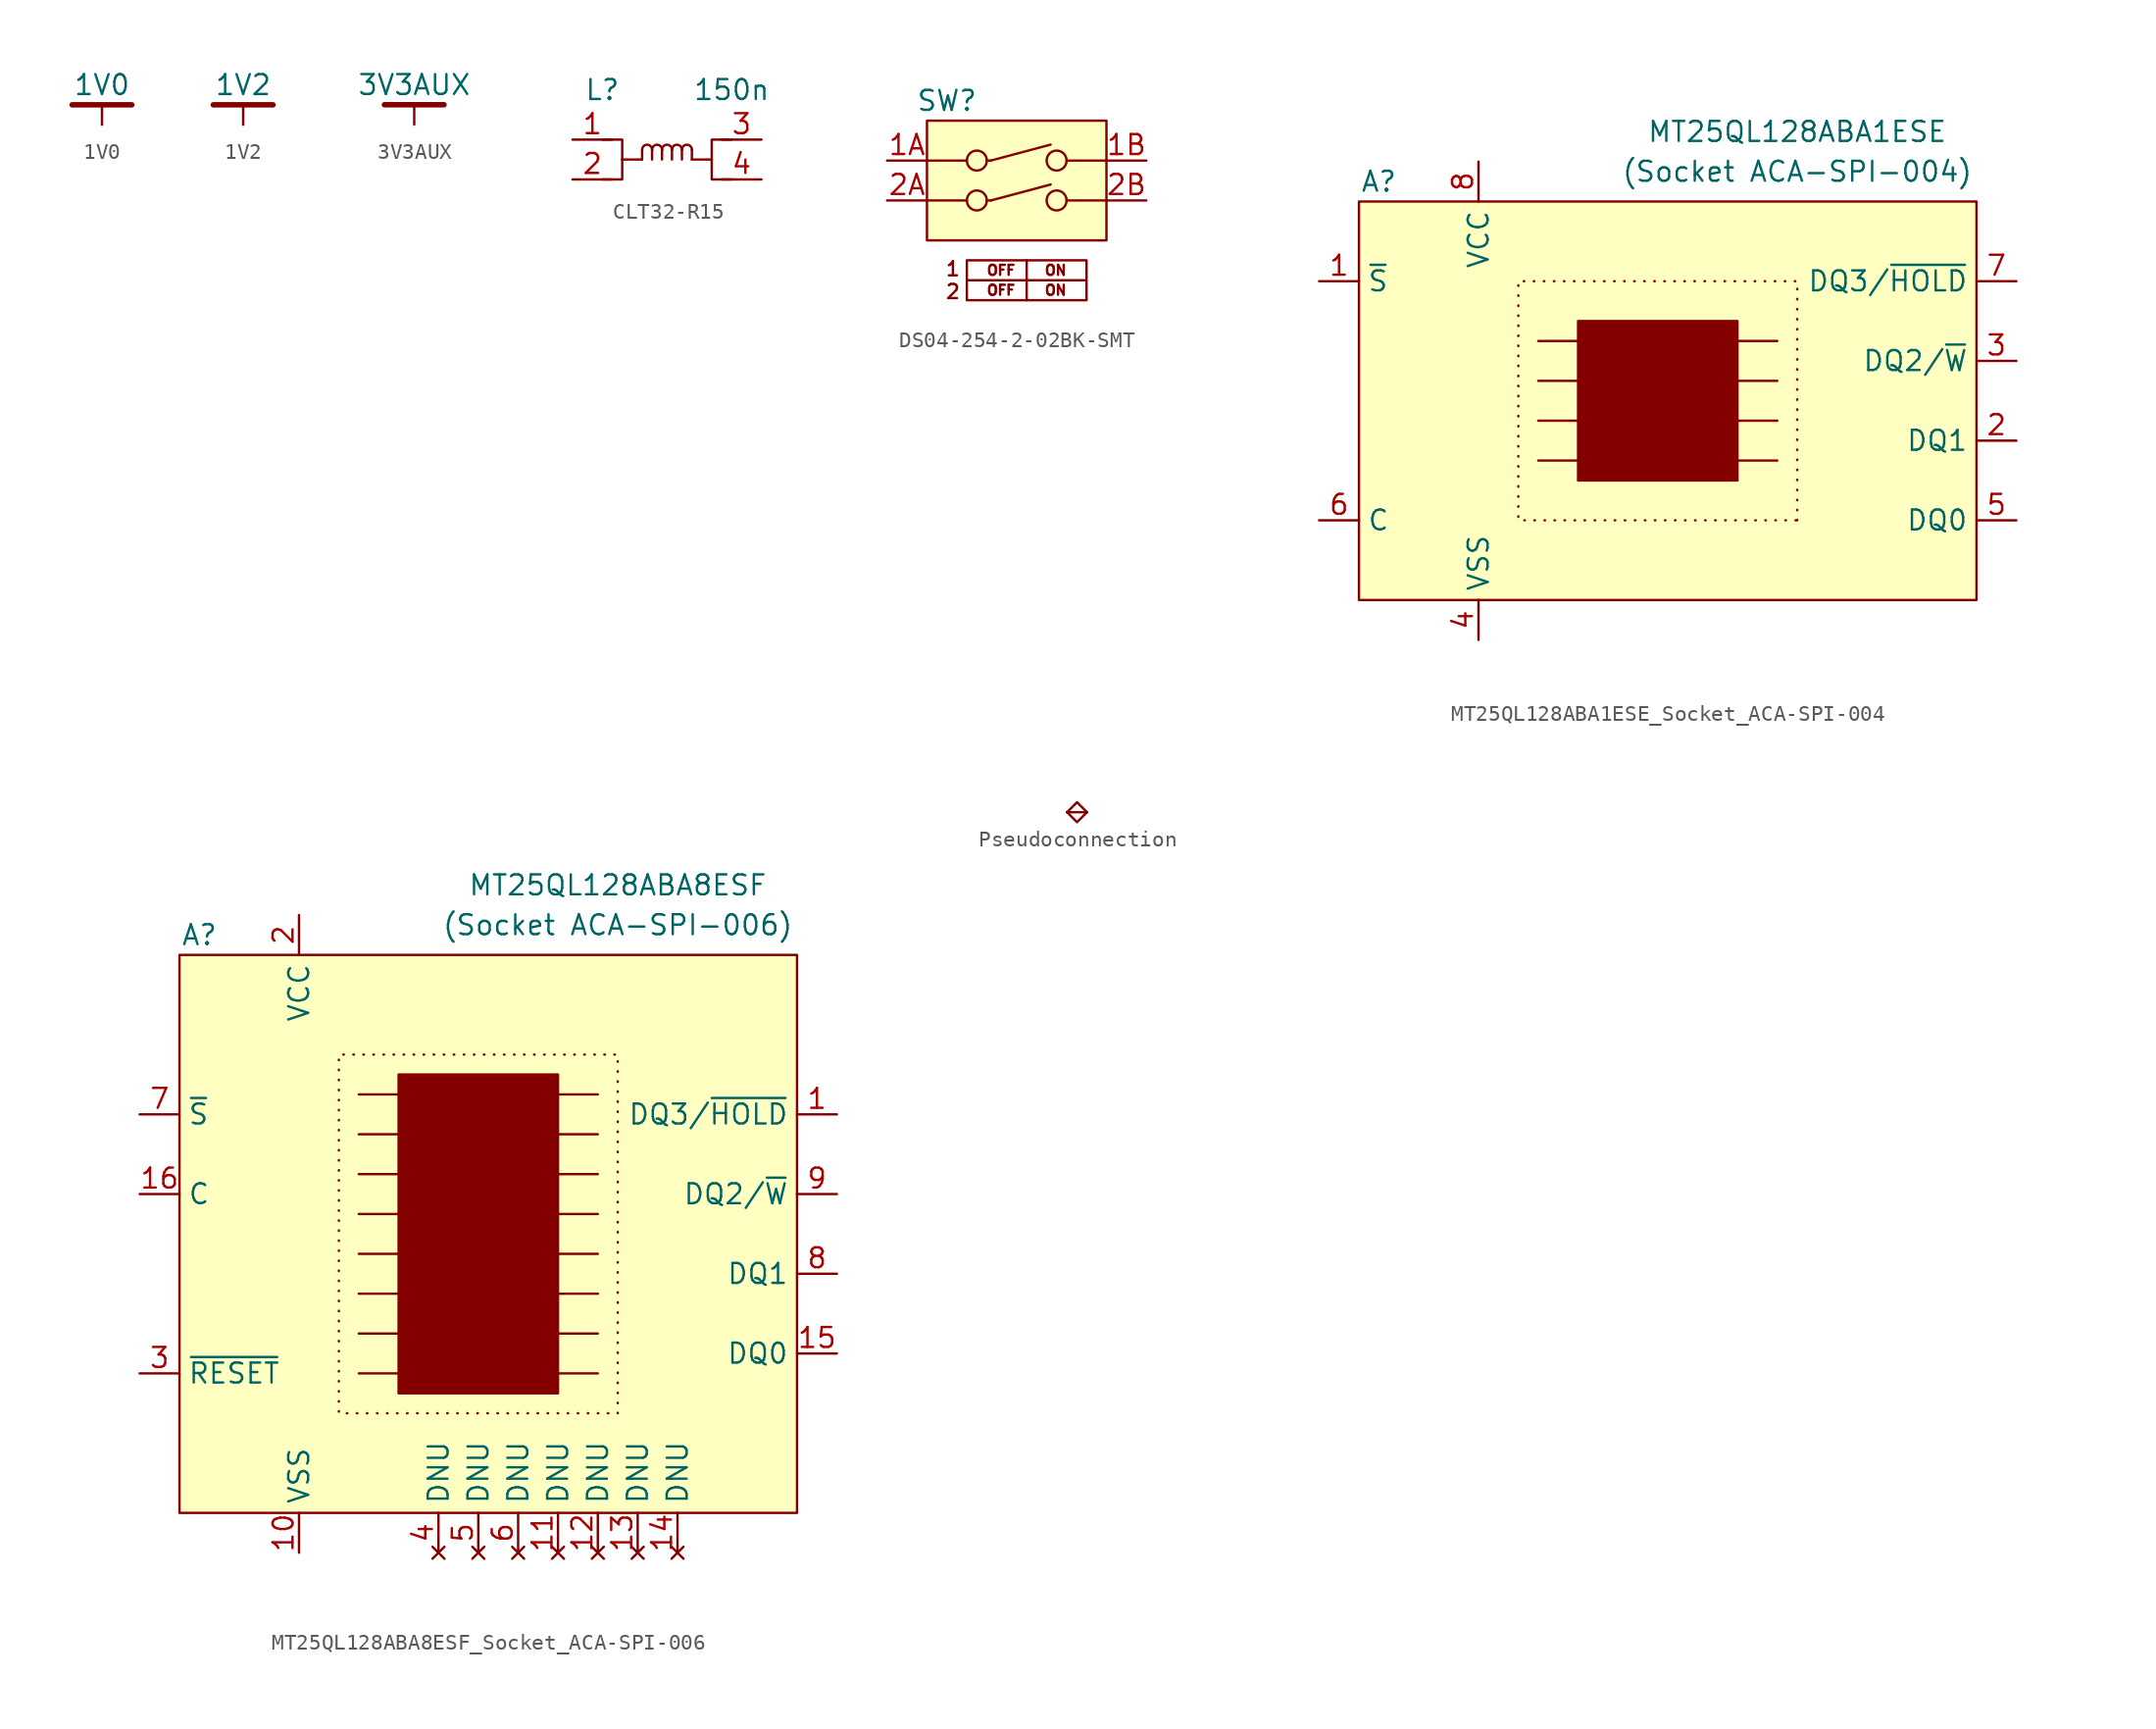
<source format=kicad_sym>
(kicad_symbol_lib
  (version 20220914)
  (generator kicad_symbol_editor)
  (symbol "1V0"
    (power)
    (pin_numbers hide)
    (pin_names
      (offset 0) hide)
    (property "Reference" "#PWR"
      (at 0 3.81 0)
      (effects (font (size 1.27 1.27)) hide))
    (property "Value" "1V0"
      (at 0 1.27 0)
      (effects (font (size 1.27 1.27))))
    (symbol "1V0_0_1"
      (polyline (pts (xy 0 0) (xy 0 -1.27)) (stroke (width 0) (type default)) (fill (type none))))
    (symbol "1V0_1_1"
      (polyline (pts (xy -1.905 0) (xy 1.905 0)) (stroke (width 0.35) (type default)) (fill (type none)))
      (pin power_in line (at 0 -1.27 90) (length 1.27) hide (name "1V0" (effects (font (size 1.27 1.27)))) (number "1" (effects (font (size 1.27 1.27)))))))
  (symbol "1V2"
    (power)
    (pin_numbers hide)
    (pin_names
      (offset 0) hide)
    (property "Reference" "#PWR"
      (at 0 3.81 0)
      (effects (font (size 1.27 1.27)) hide))
    (property "Value" "1V2"
      (at 0 1.27 0)
      (effects (font (size 1.27 1.27))))
    (symbol "1V2_0_1"
      (polyline (pts (xy 0 0) (xy 0 -1.27)) (stroke (width 0) (type default)) (fill (type none))))
    (symbol "1V2_1_1"
      (polyline (pts (xy -1.905 0) (xy 1.905 0)) (stroke (width 0.35) (type default)) (fill (type none)))
      (pin power_in line (at 0 -1.27 90) (length 1.27) hide (name "1V2" (effects (font (size 1.27 1.27)))) (number "1" (effects (font (size 1.27 1.27)))))))
  (symbol "3V3AUX"
    (power)
    (pin_numbers hide)
    (pin_names
      (offset 0) hide)
    (property "Reference" "#PWR"
      (at 0 3.81 0)
      (effects (font (size 1.27 1.27)) hide))
    (property "Value" "3V3AUX"
      (at 0 1.27 0)
      (effects (font (size 1.27 1.27))))
    (symbol "3V3AUX_0_1"
      (polyline (pts (xy 0 0) (xy 0 -1.27)) (stroke (width 0) (type default)) (fill (type none))))
    (symbol "3V3AUX_1_1"
      (polyline (pts (xy -1.905 0) (xy 1.905 0)) (stroke (width 0.35) (type default)) (fill (type none)))
      (pin power_in line (at 0 -1.27 90) (length 1.27) hide (name "3V3AUX" (effects (font (size 1.27 1.27)))) (number "1" (effects (font (size 1.27 1.27)))))))
  (symbol "CLT32-R15"
    (property "Reference" "L"
      (at -0.635 4.445 0)
      (do_not_autoplace)
      (effects (font (size 1.27 1.27))))
    (property "Value" "150n"
      (at 7.62 4.445 0)
      (do_not_autoplace)
      (effects (font (size 1.27 1.27))))
    (property "Comment" ""
      (at 0 1.27 0)
      (effects (font (size 1.27 1.27))))
    (symbol "CLT32-R15_0_1"
      (polyline (pts (xy 1.905 0) (xy 0.635 0)) (stroke (width 0) (type default)) (fill (type none)))
      (polyline (pts (xy 1.905 0.635) (xy 1.905 0)) (stroke (width 0) (type default)) (fill (type none)))
      (polyline (pts (xy 2.54 0.635) (xy 2.54 0)) (stroke (width 0) (type default)) (fill (type none)))
      (polyline (pts (xy 3.175 0.635) (xy 3.175 0)) (stroke (width 0) (type default)) (fill (type none)))
      (polyline (pts (xy 3.81 0.635) (xy 3.81 0)) (stroke (width 0) (type default)) (fill (type none)))
      (polyline (pts (xy 4.445 0.635) (xy 4.445 0)) (stroke (width 0) (type default)) (fill (type none)))
      (polyline (pts (xy 5.08 0) (xy 6.35 0)) (stroke (width 0) (type default)) (fill (type none)))
      (polyline (pts (xy 5.08 0.635) (xy 5.08 0)) (stroke (width 0) (type default)) (fill (type none)))
      (polyline (pts (xy -0.635 -1.27) (xy 0.635 -1.27) (xy 0.635 0)) (stroke (width 0) (type default)) (fill (type none)))
      (polyline (pts (xy 0.635 0) (xy 0.635 1.27) (xy -0.635 1.27)) (stroke (width 0) (type default)) (fill (type none)))
      (polyline (pts (xy 6.35 0) (xy 6.35 -1.27) (xy 7.62 -1.27)) (stroke (width 0) (type default)) (fill (type none)))
      (polyline (pts (xy 7.62 1.27) (xy 6.35 1.27) (xy 6.35 0)) (stroke (width 0) (type default)) (fill (type none)))
      (arc (start 2.54 0.635) (mid 2.2225 0.9446) (end 1.905 0.635) (stroke (width 0) (type default)) (fill (type none)))
      (arc (start 3.175 0.635) (mid 2.8575 0.9446) (end 2.54 0.635) (stroke (width 0) (type default)) (fill (type none)))
      (arc (start 3.81 0.635) (mid 3.4925 0.9446) (end 3.175 0.635) (stroke (width 0) (type default)) (fill (type none)))
      (arc (start 4.445 0.635) (mid 4.1275 0.9446) (end 3.81 0.635) (stroke (width 0) (type default)) (fill (type none)))
      (arc (start 5.08 0.635) (mid 4.7625 0.9446) (end 4.445 0.635) (stroke (width 0) (type default)) (fill (type none))))
    (symbol "CLT32-R15_1_1"
      (pin bidirectional line (at -2.54 1.27 0) (length 2.54) (name "" (effects (font (size 1.27 1.27)))) (number "1" (effects (font (size 1.27 1.27)))))
      (pin bidirectional line (at -2.54 -1.27 0) (length 2.54) (name "" (effects (font (size 1.27 1.27)))) (number "2" (effects (font (size 1.27 1.27)))))
      (pin bidirectional line (at 9.525 1.27 180) (length 2.54) (name "" (effects (font (size 1.27 1.27)))) (number "3" (effects (font (size 1.27 1.27)))))
      (pin bidirectional line (at 9.525 -1.27 180) (length 2.54) (name "" (effects (font (size 1.27 1.27)))) (number "4" (effects (font (size 1.27 1.27)))))))
  (symbol "DS04-254-2-02BK-SMT"
    (property "Reference" "SW"
      (at 1.27 1.27 0)
      (do_not_autoplace)
      (effects (font (size 1.27 1.27))))
    (symbol "DS04-254-2-02BK-SMT_0_1"
      (polyline (pts (xy 0 -5.08) (xy 2.54 -5.08)) (stroke (width 0) (type default)) (fill (type none)))
      (polyline (pts (xy 0 -2.54) (xy 2.54 -2.54)) (stroke (width 0) (type default)) (fill (type none)))
      (polyline (pts (xy 4.064 -5.08) (xy 3.81 -5.08)) (stroke (width 0) (type default)) (fill (type none)))
      (polyline (pts (xy 4.064 -5.08) (xy 7.874 -4.064)) (stroke (width 0) (type default)) (fill (type none)))
      (polyline (pts (xy 4.064 -2.54) (xy 3.81 -2.54)) (stroke (width 0) (type default)) (fill (type none)))
      (polyline (pts (xy 4.064 -2.54) (xy 7.874 -1.524)) (stroke (width 0) (type default)) (fill (type none)))
      (polyline (pts (xy 8.89 -5.08) (xy 11.43 -5.08)) (stroke (width 0) (type default)) (fill (type none)))
      (polyline (pts (xy 8.89 -2.54) (xy 11.43 -2.54)) (stroke (width 0) (type default)) (fill (type none)))
      (circle (center 3.175 -5.08) (radius 0.635) (stroke (width 0) (type default)) (fill (type none)))
      (circle (center 3.175 -2.54) (radius 0.635) (stroke (width 0) (type default)) (fill (type none)))
      (circle (center 8.255 -5.08) (radius 0.635) (stroke (width 0) (type default)) (fill (type none)))
      (circle (center 8.255 -2.54) (radius 0.635) (stroke (width 0) (type default)) (fill (type none))))
    (symbol "DS04-254-2-02BK-SMT_1_1"
      (polyline (pts (xy 6.35 -8.89) (xy 6.35 -11.43)) (stroke (width 0) (type default)) (fill (type none)))
      (polyline (pts (xy 2.54 -8.89) (xy 10.16 -8.89) (xy 10.16 -10.16) (xy 2.54 -10.16) (xy 2.54 -8.89) (xy 2.54 -11.43) (xy 10.16 -11.43) (xy 10.16 -10.16)) (stroke (width 0) (type default)) (fill (type none)))
      (rectangle (start 0 0) (end 11.43 -7.62) (stroke (width 0) (type default)) (fill (type background)))
      (text "1\n2" (at 1.651 -10.16 0) (effects (font (size 0.9 0.9))))
      (text "OFF    ON" (at 6.35 -10.795 0) (effects (font (size 0.635 0.635))))
      (text "OFF    ON" (at 6.35 -9.525 0) (effects (font (size 0.635 0.635))))
      (pin passive line (at -2.54 -2.54 0) (length 2.54) (name "" (effects (font (size 1.27 1.27)))) (number "1A" (effects (font (size 1.27 1.27)))))
      (pin passive line (at 13.97 -2.54 180) (length 2.54) (name "" (effects (font (size 1.27 1.27)))) (number "1B" (effects (font (size 1.27 1.27)))))
      (pin passive line (at -2.54 -5.08 0) (length 2.54) (name "" (effects (font (size 1.27 1.27)))) (number "2A" (effects (font (size 1.27 1.27)))))
      (pin passive line (at 13.97 -5.08 180) (length 2.54) (name "" (effects (font (size 1.27 1.27)))) (number "2B" (effects (font (size 1.27 1.27)))))))
  (symbol "MT25QL128ABA1ESE_Socket_ACA-SPI-004"
    (property "Reference" "A"
      (at -17.78 19.05 0)
      (do_not_autoplace)
      (effects (font (size 1.27 1.27))))
    (property "Value" "MT25QL128ABA1ESE"
      (at 8.89 22.225 0)
      (do_not_autoplace)
      (effects (font (size 1.27 1.27))))
    (symbol "MT25QL128ABA1ESE_Socket_ACA-SPI-004_1_1"
      (rectangle (start -19.05 17.78) (end 20.32 -7.62) (stroke (width 0) (type default)) (fill (type background)))
      (rectangle (start -5.08 10.16) (end 5.08 0) (stroke (width 0) (type default)) (fill (type outline)))
      (polyline (pts (xy -7.62 1.27) (xy -5.08 1.27)) (stroke (width 0) (type default)) (fill (type none)))
      (polyline (pts (xy -7.62 3.81) (xy -5.08 3.81)) (stroke (width 0) (type default)) (fill (type none)))
      (polyline (pts (xy -7.62 6.35) (xy -5.08 6.35)) (stroke (width 0) (type default)) (fill (type none)))
      (polyline (pts (xy -7.62 8.89) (xy -5.08 8.89)) (stroke (width 0) (type default)) (fill (type none)))
      (polyline (pts (xy 5.08 1.27) (xy 7.62 1.27)) (stroke (width 0) (type default)) (fill (type none)))
      (polyline (pts (xy 5.08 3.81) (xy 7.62 3.81)) (stroke (width 0) (type default)) (fill (type none)))
      (polyline (pts (xy 5.08 6.35) (xy 7.62 6.35)) (stroke (width 0) (type default)) (fill (type none)))
      (polyline (pts (xy 5.08 8.89) (xy 7.62 8.89)) (stroke (width 0) (type default)) (fill (type none)))
      (polyline (pts (xy 8.89 -2.54) (xy 8.89 12.7) (xy -8.89 12.7) (xy -8.89 -2.54) (xy 8.89 -2.54)) (stroke (width 0) (type dot)) (fill (type none)))
      (text "(Socket ACA-SPI-004)" (at 8.89 19.685 0) (effects (font (size 1.27 1.27) (color 0 100 100 1))))
      (pin input line (at -21.59 12.7 0) (length 2.54) (name "~{S}" (effects (font (size 1.27 1.27)))) (number "1" (effects (font (size 1.27 1.27)))))
      (pin bidirectional line (at 22.86 2.54 180) (length 2.54) (name "DQ1" (effects (font (size 1.27 1.27)))) (number "2" (effects (font (size 1.27 1.27)))))
      (pin bidirectional line (at 22.86 7.62 180) (length 2.54) (name "DQ2/~{W}" (effects (font (size 1.27 1.27)))) (number "3" (effects (font (size 1.27 1.27)))))
      (pin power_in line (at -11.43 -10.16 90) (length 2.54) (name "VSS" (effects (font (size 1.27 1.27)))) (number "4" (effects (font (size 1.27 1.27)))))
      (pin bidirectional line (at 22.86 -2.54 180) (length 2.54) (name "DQ0" (effects (font (size 1.27 1.27)))) (number "5" (effects (font (size 1.27 1.27)))))
      (pin input line (at -21.59 -2.54 0) (length 2.54) (name "C" (effects (font (size 1.27 1.27)))) (number "6" (effects (font (size 1.27 1.27)))))
      (pin bidirectional line (at 22.86 12.7 180) (length 2.54) (name "DQ3/~{HOLD}" (effects (font (size 1.27 1.27)))) (number "7" (effects (font (size 1.27 1.27)))))
      (pin power_in line (at -11.43 20.32 270) (length 2.54) (name "VCC" (effects (font (size 1.27 1.27)))) (number "8" (effects (font (size 1.27 1.27)))))))
  (symbol "MT25QL128ABA8ESF_Socket_ACA-SPI-006"
    (property "Reference" "A"
      (at -17.78 19.05 0)
      (do_not_autoplace)
      (effects (font (size 1.27 1.27))))
    (property "Value" "MT25QL128ABA8ESF"
      (at 8.89 22.225 0)
      (do_not_autoplace)
      (effects (font (size 1.27 1.27))))
    (symbol "MT25QL128ABA8ESF_Socket_ACA-SPI-006_1_1"
      (rectangle (start -19.05 17.78) (end 20.32 -17.78) (stroke (width 0) (type default)) (fill (type background)))
      (rectangle (start -5.08 10.16) (end 5.08 -10.16) (stroke (width 0) (type default)) (fill (type outline)))
      (polyline (pts (xy -7.62 -8.89) (xy -5.08 -8.89)) (stroke (width 0) (type default)) (fill (type none)))
      (polyline (pts (xy -7.62 -6.35) (xy -5.08 -6.35)) (stroke (width 0) (type default)) (fill (type none)))
      (polyline (pts (xy -7.62 -3.81) (xy -5.08 -3.81)) (stroke (width 0) (type default)) (fill (type none)))
      (polyline (pts (xy -7.62 -1.27) (xy -5.08 -1.27)) (stroke (width 0) (type default)) (fill (type none)))
      (polyline (pts (xy -7.62 1.27) (xy -5.08 1.27)) (stroke (width 0) (type default)) (fill (type none)))
      (polyline (pts (xy -7.62 3.81) (xy -5.08 3.81)) (stroke (width 0) (type default)) (fill (type none)))
      (polyline (pts (xy -7.62 6.35) (xy -5.08 6.35)) (stroke (width 0) (type default)) (fill (type none)))
      (polyline (pts (xy -7.62 8.89) (xy -5.08 8.89)) (stroke (width 0) (type default)) (fill (type none)))
      (polyline (pts (xy 5.08 -8.89) (xy 7.62 -8.89)) (stroke (width 0) (type default)) (fill (type none)))
      (polyline (pts (xy 5.08 -6.35) (xy 7.62 -6.35)) (stroke (width 0) (type default)) (fill (type none)))
      (polyline (pts (xy 5.08 -3.81) (xy 7.62 -3.81)) (stroke (width 0) (type default)) (fill (type none)))
      (polyline (pts (xy 5.08 -1.27) (xy 7.62 -1.27)) (stroke (width 0) (type default)) (fill (type none)))
      (polyline (pts (xy 5.08 1.27) (xy 7.62 1.27)) (stroke (width 0) (type default)) (fill (type none)))
      (polyline (pts (xy 5.08 3.81) (xy 7.62 3.81)) (stroke (width 0) (type default)) (fill (type none)))
      (polyline (pts (xy 5.08 6.35) (xy 7.62 6.35)) (stroke (width 0) (type default)) (fill (type none)))
      (polyline (pts (xy 5.08 8.89) (xy 7.62 8.89)) (stroke (width 0) (type default)) (fill (type none)))
      (polyline (pts (xy 8.89 -11.43) (xy 8.89 11.43) (xy -8.89 11.43) (xy -8.89 -11.43) (xy 8.89 -11.43)) (stroke (width 0) (type dot)) (fill (type none)))
      (text "(Socket ACA-SPI-006)" (at 8.89 19.685 0) (effects (font (size 1.27 1.27) (color 0 100 100 1))))
      (pin bidirectional line (at 22.86 7.62 180) (length 2.54) (name "DQ3/~{HOLD}" (effects (font (size 1.27 1.27)))) (number "1" (effects (font (size 1.27 1.27)))))
      (pin power_in line (at -11.43 -20.32 90) (length 2.54) (name "VSS" (effects (font (size 1.27 1.27)))) (number "10" (effects (font (size 1.27 1.27)))))
      (pin no_connect line (at 5.08 -20.32 90) (length 2.54) (name "DNU" (effects (font (size 1.27 1.27)))) (number "11" (effects (font (size 1.27 1.27)))))
      (pin no_connect line (at 7.62 -20.32 90) (length 2.54) (name "DNU" (effects (font (size 1.27 1.27)))) (number "12" (effects (font (size 1.27 1.27)))))
      (pin no_connect line (at 10.16 -20.32 90) (length 2.54) (name "DNU" (effects (font (size 1.27 1.27)))) (number "13" (effects (font (size 1.27 1.27)))))
      (pin no_connect line (at 12.7 -20.32 90) (length 2.54) (name "DNU" (effects (font (size 1.27 1.27)))) (number "14" (effects (font (size 1.27 1.27)))))
      (pin bidirectional line (at 22.86 -7.62 180) (length 2.54) (name "DQ0" (effects (font (size 1.27 1.27)))) (number "15" (effects (font (size 1.27 1.27)))))
      (pin input line (at -21.59 2.54 0) (length 2.54) (name "C" (effects (font (size 1.27 1.27)))) (number "16" (effects (font (size 1.27 1.27)))))
      (pin power_in line (at -11.43 20.32 270) (length 2.54) (name "VCC" (effects (font (size 1.27 1.27)))) (number "2" (effects (font (size 1.27 1.27)))))
      (pin input line (at -21.59 -8.89 0) (length 2.54) (name "~{RESET}" (effects (font (size 1.27 1.27)))) (number "3" (effects (font (size 1.27 1.27)))))
      (pin no_connect line (at -2.54 -20.32 90) (length 2.54) (name "DNU" (effects (font (size 1.27 1.27)))) (number "4" (effects (font (size 1.27 1.27)))))
      (pin no_connect line (at 0 -20.32 90) (length 2.54) (name "DNU" (effects (font (size 1.27 1.27)))) (number "5" (effects (font (size 1.27 1.27)))))
      (pin no_connect line (at 2.54 -20.32 90) (length 2.54) (name "DNU" (effects (font (size 1.27 1.27)))) (number "6" (effects (font (size 1.27 1.27)))))
      (pin input line (at -21.59 7.62 0) (length 2.54) (name "~{S}" (effects (font (size 1.27 1.27)))) (number "7" (effects (font (size 1.27 1.27)))))
      (pin bidirectional line (at 22.86 -2.54 180) (length 2.54) (name "DQ1" (effects (font (size 1.27 1.27)))) (number "8" (effects (font (size 1.27 1.27)))))
      (pin bidirectional line (at 22.86 2.54 180) (length 2.54) (name "DQ2/~{W}" (effects (font (size 1.27 1.27)))) (number "9" (effects (font (size 1.27 1.27)))))))
  (symbol "Pseudoconnection"
    (property "Reference" "X"
      (at 0.635 1.27 0)
      (do_not_autoplace)
      (effects (font (size 1.27 1.27)) hide))
    (symbol "Pseudoconnection_0_1"
      (polyline (pts (xy 0 0) (xy 1.27 0)) (stroke (width 0) (type default)) (fill (type none)))
      (polyline (pts (xy 0 0) (xy 0.635 0.635) (xy 1.27 0) (xy 0.635 -0.635) (xy 0 0)) (stroke (width 0) (type default)) (fill (type none))))
    (symbol "Pseudoconnection_1_1"
      (pin passive line (at 0 0 0) (length 0) (name "A" (effects (font (size 0 0)))) (number "1" (effects (font (size 0 0)))))
      (pin passive line (at 1.27 0 180) (length 0) (name "B" (effects (font (size 0 0)))) (number "2" (effects (font (size 0 0))))))))
</source>
